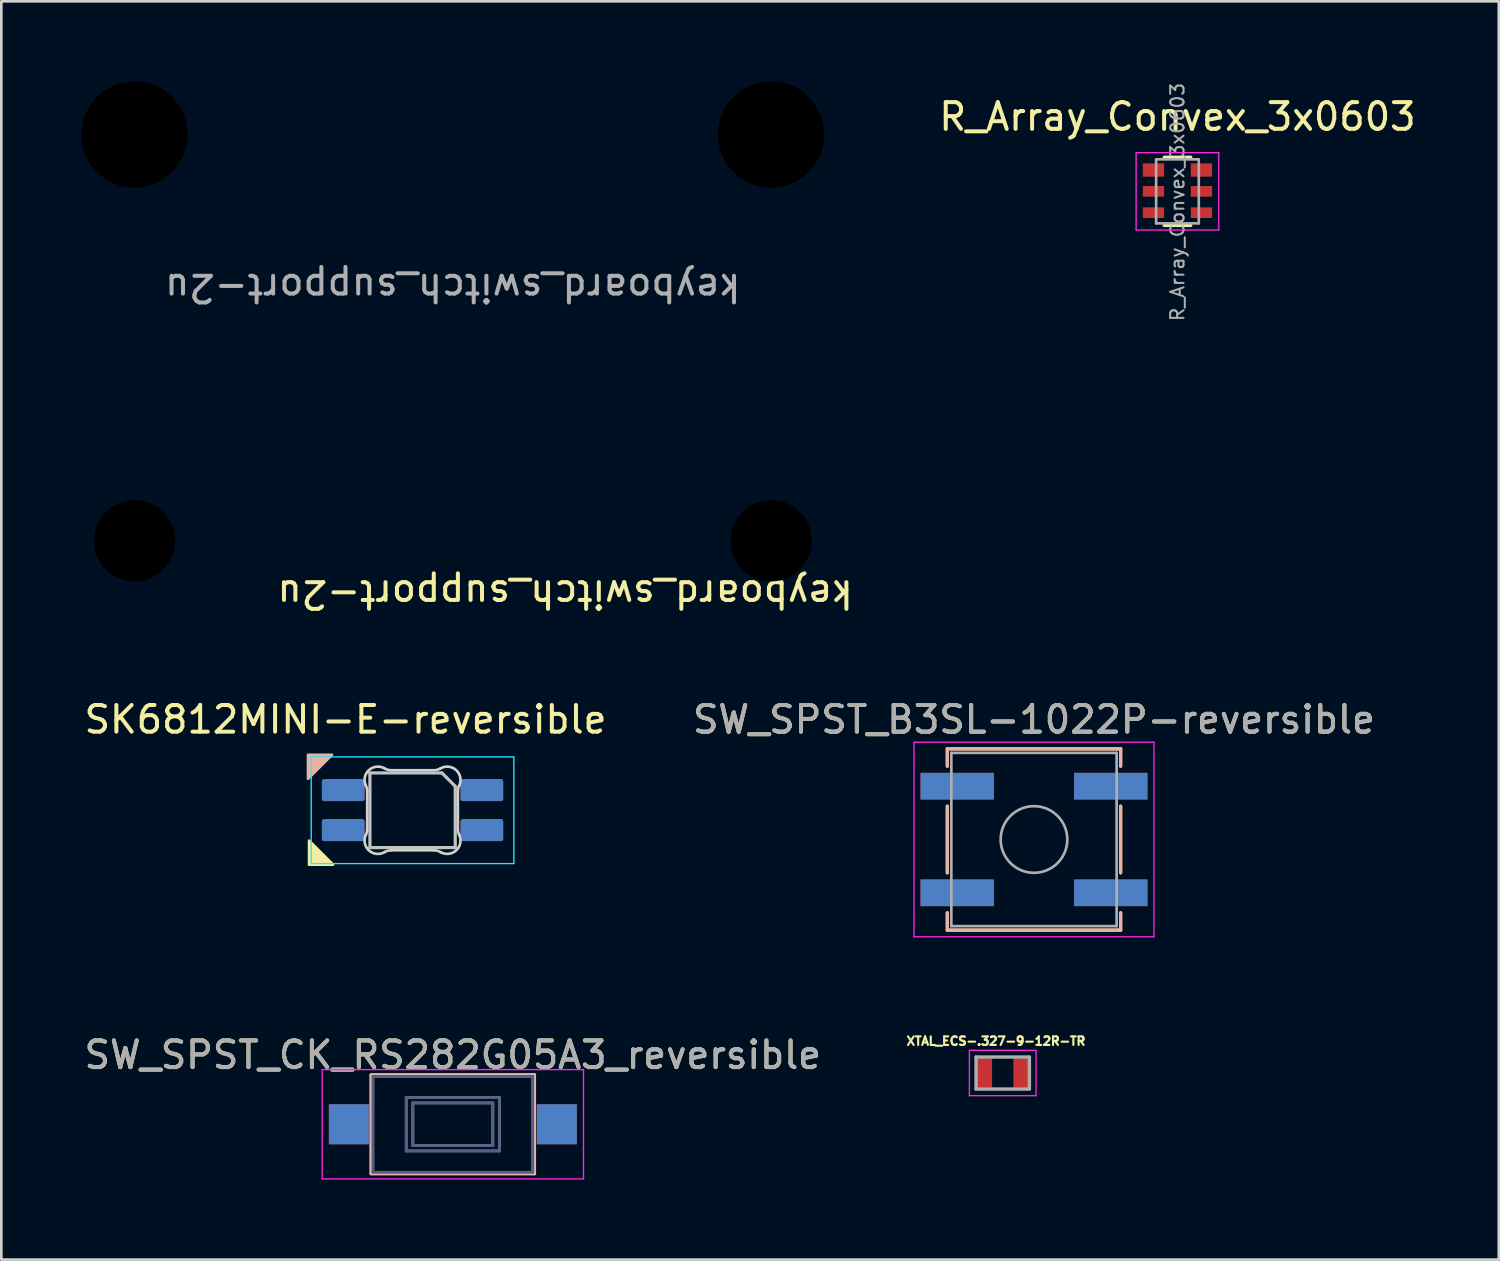
<source format=kicad_pcb>
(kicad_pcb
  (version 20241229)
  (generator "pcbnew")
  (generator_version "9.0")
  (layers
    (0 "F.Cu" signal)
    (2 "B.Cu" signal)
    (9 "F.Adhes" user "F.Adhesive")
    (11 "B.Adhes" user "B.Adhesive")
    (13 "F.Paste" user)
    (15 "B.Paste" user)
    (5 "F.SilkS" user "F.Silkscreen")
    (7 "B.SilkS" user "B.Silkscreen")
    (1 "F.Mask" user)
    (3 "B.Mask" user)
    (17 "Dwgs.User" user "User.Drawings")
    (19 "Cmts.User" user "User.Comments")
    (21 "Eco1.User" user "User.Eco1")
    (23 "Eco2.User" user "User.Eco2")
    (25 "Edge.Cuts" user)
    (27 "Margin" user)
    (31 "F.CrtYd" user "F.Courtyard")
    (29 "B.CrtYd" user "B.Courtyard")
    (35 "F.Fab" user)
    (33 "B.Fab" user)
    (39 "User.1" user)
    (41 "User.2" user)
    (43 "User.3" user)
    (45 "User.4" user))
  (footprint "SW_SPST_B3SL-1022P-reversible"
    (layer "F.Cu")
    (at 35.732 28.437)
    (property "Reference" "SW_SPST_B3SL-1022P-reversible" (at 0 -4.5 0) (layer "F.SilkS") (effects (font (size 1 1) (thickness 0.15))))
    (attr smd)
    (fp_line (start -3.25 -3.4) (end -3.25 -2.75) (stroke (width 0.12) (type solid)) (layer "F.SilkS"))
    (fp_line (start -3.25 -1.25) (end -3.25 1.25) (stroke (width 0.12) (type solid)) (layer "F.SilkS"))
    (fp_line (start -3.25 3.4) (end -3.25 2.75) (stroke (width 0.12) (type solid)) (layer "F.SilkS"))
    (fp_line (start 3.25 -3.4) (end -3.25 -3.4) (stroke (width 0.12) (type solid)) (layer "F.SilkS"))
    (fp_line (start 3.25 -2.75) (end 3.25 -3.4) (stroke (width 0.12) (type solid)) (layer "F.SilkS"))
    (fp_line (start 3.25 -1.25) (end 3.25 1.25) (stroke (width 0.12) (type solid)) (layer "F.SilkS"))
    (fp_line (start 3.25 2.75) (end 3.25 3.4) (stroke (width 0.12) (type solid)) (layer "F.SilkS"))
    (fp_line (start 3.25 3.4) (end -3.25 3.4) (stroke (width 0.12) (type solid)) (layer "F.SilkS"))
    (fp_line (start -3.25 -3.4) (end -3.25 -2.75) (stroke (width 0.12) (type solid)) (layer "B.SilkS"))
    (fp_line (start -3.25 1.25) (end -3.25 -1.25) (stroke (width 0.12) (type solid)) (layer "B.SilkS"))
    (fp_line (start -3.25 3.4) (end -3.25 2.75) (stroke (width 0.12) (type solid)) (layer "B.SilkS"))
    (fp_line (start 3.25 -3.4) (end -3.25 -3.4) (stroke (width 0.12) (type solid)) (layer "B.SilkS"))
    (fp_line (start 3.25 -2.75) (end 3.25 -3.4) (stroke (width 0.12) (type solid)) (layer "B.SilkS"))
    (fp_line (start 3.25 1.25) (end 3.25 -1.25) (stroke (width 0.12) (type solid)) (layer "B.SilkS"))
    (fp_line (start 3.25 2.75) (end 3.25 3.4) (stroke (width 0.12) (type solid)) (layer "B.SilkS"))
    (fp_line (start 3.25 3.4) (end -3.25 3.4) (stroke (width 0.12) (type solid)) (layer "B.SilkS"))
    (fp_line (start -4.5 -3.65) (end -4.5 3.65) (stroke (width 0.05) (type solid)) (layer "F.CrtYd"))
    (fp_line (start -4.5 3.65) (end 4.5 3.65) (stroke (width 0.05) (type solid)) (layer "F.CrtYd"))
    (fp_line (start 4.5 -3.65) (end -4.5 -3.65) (stroke (width 0.05) (type solid)) (layer "F.CrtYd"))
    (fp_line (start 4.5 3.65) (end 4.5 -3.65) (stroke (width 0.05) (type solid)) (layer "F.CrtYd"))
    (fp_line (start -3.1 -3.25) (end 3.1 -3.25) (stroke (width 0.1) (type solid)) (layer "F.Fab"))
    (fp_line (start -3.1 3.25) (end -3.1 -3.25) (stroke (width 0.1) (type solid)) (layer "F.Fab"))
    (fp_line (start 3.1 -3.25) (end 3.1 3.25) (stroke (width 0.1) (type solid)) (layer "F.Fab"))
    (fp_line (start 3.1 3.25) (end -3.1 3.25) (stroke (width 0.1) (type solid)) (layer "F.Fab"))
    (fp_circle (center 0 0) (end 1.25 0) (stroke (width 0.1) (type solid)) (fill no) (layer "F.Fab"))
    (fp_text user "${REFERENCE}" (at 0 -4.5 0) (layer "F.Fab") (effects (font (size 1 1) (thickness 0.15))))
    (pad "1" smd rect (at -2.88 -2) (size 2.75 1) (layers "F.Cu" "F.Mask" "F.Paste"))
    (pad "1" smd rect (at -2.88 -2) (size 2.75 1) (layers "B.Cu" "B.Mask" "B.Paste"))
    (pad "1" smd rect (at 2.88 -2) (size 2.75 1) (layers "F.Cu" "F.Mask" "F.Paste"))
    (pad "1" smd rect (at 2.88 -2) (size 2.75 1) (layers "B.Cu" "B.Mask" "B.Paste"))
    (pad "2" smd rect (at -2.88 2) (size 2.75 1) (layers "F.Cu" "F.Mask" "F.Paste"))
    (pad "2" smd rect (at -2.88 2) (size 2.75 1) (layers "B.Cu" "B.Mask" "B.Paste"))
    (pad "2" smd rect (at 2.88 2) (size 2.75 1) (layers "F.Cu" "F.Mask" "F.Paste"))
    (pad "2" smd rect (at 2.88 2) (size 2.75 1) (layers "B.Cu" "B.Mask" "B.Paste")))
  (footprint "keyboard_switch_support-2u"
    (layer "F.Cu")
    (at 13.932 9.899)
    (property "Reference" "keyboard_switch_support-2u" (at 4.216 9.342 180) (unlocked yes) (layer "F.SilkS") (effects (font (size 1 1) (thickness 0.15))))
    (attr through_hole)
    (fp_text user "${REFERENCE}" (at 0 -2.15 180) (unlocked yes) (layer "F.Fab") (effects (font (size 1 1) (thickness 0.15))))
    (pad "" np_thru_hole circle (at -11.938 -7.905 180) (size 3.988 3.988) (drill 3.988) (layers "*.Mask"))
    (pad "" np_thru_hole circle (at -11.938 7.335 180) (size 3.048 3.048) (drill 3.048) (layers "*.Mask"))
    (pad "" np_thru_hole circle (at 11.938 -7.905 180) (size 3.988 3.988) (drill 3.988) (layers "*.Mask"))
    (pad "" np_thru_hole circle (at 11.938 7.335 180) (size 3.048 3.048) (drill 3.048) (layers "*.Mask")))
  (footprint "R_Array_Convex_3x0603"
    (layer "F.Cu")
    (at 41.113 4.127)
    (property "Reference" "R_Array_Convex_3x0603" (at 0 -2.8 0) (layer "F.SilkS") (effects (font (size 1 1) (thickness 0.15))))
    (attr smd)
    (fp_line (start 0.5 -1.28) (end -0.5 -1.28) (stroke (width 0.12) (type solid)) (layer "F.SilkS"))
    (fp_line (start 0.5 1.28) (end -0.5 1.28) (stroke (width 0.12) (type solid)) (layer "F.SilkS"))
    (fp_line (start -1.55 -1.45) (end -1.55 1.45) (stroke (width 0.05) (type solid)) (layer "F.CrtYd"))
    (fp_line (start -1.55 -1.45) (end 1.55 -1.45) (stroke (width 0.05) (type solid)) (layer "F.CrtYd"))
    (fp_line (start 1.55 1.45) (end -1.55 1.45) (stroke (width 0.05) (type solid)) (layer "F.CrtYd"))
    (fp_line (start 1.55 1.45) (end 1.55 -1.45) (stroke (width 0.05) (type solid)) (layer "F.CrtYd"))
    (fp_line (start -0.8 -1.2) (end 0.8 -1.2) (stroke (width 0.1) (type solid)) (layer "F.Fab"))
    (fp_line (start -0.8 1.2) (end -0.8 -1.2) (stroke (width 0.1) (type solid)) (layer "F.Fab"))
    (fp_line (start 0.8 -1.2) (end 0.8 1.2) (stroke (width 0.1) (type solid)) (layer "F.Fab"))
    (fp_line (start 0.8 1.2) (end -0.8 1.2) (stroke (width 0.1) (type solid)) (layer "F.Fab"))
    (fp_text user "${REFERENCE}" (at 0 0.4 90) (layer "F.Fab") (effects (font (size 0.5 0.5) (thickness 0.075))))
    (pad "1" smd rect (at -0.9 -0.8) (size 0.8 0.5) (layers "F.Cu" "F.Mask" "F.Paste"))
    (pad "2" smd rect (at 0.9 -0.8) (size 0.8 0.5) (layers "F.Cu" "F.Mask" "F.Paste"))
    (pad "3" smd rect (at -0.9 0) (size 0.8 0.4) (layers "F.Cu" "F.Mask" "F.Paste"))
    (pad "4" smd rect (at 0.9 0) (size 0.8 0.4) (layers "F.Cu" "F.Mask" "F.Paste"))
    (pad "5" smd rect (at -0.9 0.8) (size 0.8 0.4) (layers "F.Cu" "F.Mask" "F.Paste"))
    (pad "6" smd rect (at 0.9 0.8) (size 0.8 0.4) (layers "F.Cu" "F.Mask" "F.Paste")))
  (footprint "SW_SPST_CK_RS282G05A3_reversible"
    (layer "F.Cu")
    (at 13.935 39.119)
    (property "Reference" "SW_SPST_CK_RS282G05A3_reversible" (at 0 -2.6 0) (layer "F.SilkS") (effects (font (size 1 1) (thickness 0.15))))
    (attr smd)
    (fp_line (start -3.06 -1.85) (end 3.06 -1.85) (stroke (width 0.12) (type solid)) (layer "F.SilkS"))
    (fp_line (start -3.06 1.85) (end -3.06 -1.85) (stroke (width 0.12) (type solid)) (layer "F.SilkS"))
    (fp_line (start 3.06 -1.85) (end 3.06 1.85) (stroke (width 0.12) (type solid)) (layer "F.SilkS"))
    (fp_line (start 3.06 1.85) (end -3.06 1.85) (stroke (width 0.12) (type solid)) (layer "F.SilkS"))
    (fp_line (start -3.06 -1.85) (end -3.06 1.85) (stroke (width 0.12) (type solid)) (layer "B.SilkS"))
    (fp_line (start -3.06 1.85) (end 3.06 1.85) (stroke (width 0.12) (type solid)) (layer "B.SilkS"))
    (fp_line (start 3.06 -1.85) (end -3.06 -1.85) (stroke (width 0.12) (type solid)) (layer "B.SilkS"))
    (fp_line (start 3.06 1.85) (end 3.06 -1.85) (stroke (width 0.12) (type solid)) (layer "B.SilkS"))
    (fp_line (start -4.9 -2.05) (end 4.9 -2.05) (stroke (width 0.05) (type solid)) (layer "F.CrtYd"))
    (fp_line (start -4.9 2.05) (end -4.9 -2.05) (stroke (width 0.05) (type solid)) (layer "F.CrtYd"))
    (fp_line (start 4.9 -2.05) (end 4.9 2.05) (stroke (width 0.05) (type solid)) (layer "F.CrtYd"))
    (fp_line (start 4.9 2.05) (end -4.9 2.05) (stroke (width 0.05) (type solid)) (layer "F.CrtYd"))
    (fp_line (start -3 -1.8) (end 3 -1.8) (stroke (width 0.1) (type solid)) (layer "B.Fab"))
    (fp_line (start -3 1.8) (end -3 -1.8) (stroke (width 0.1) (type solid)) (layer "B.Fab"))
    (fp_line (start -3 1.8) (end 3 1.8) (stroke (width 0.1) (type solid)) (layer "B.Fab"))
    (fp_line (start -1.75 -1) (end -1.75 1) (stroke (width 0.1) (type solid)) (layer "B.Fab"))
    (fp_line (start -1.75 1) (end 1.75 1) (stroke (width 0.1) (type solid)) (layer "B.Fab"))
    (fp_line (start -1.5 -0.8) (end 1.5 -0.8) (stroke (width 0.1) (type solid)) (layer "B.Fab"))
    (fp_line (start -1.5 0.8) (end -1.5 -0.8) (stroke (width 0.1) (type solid)) (layer "B.Fab"))
    (fp_line (start -1.5 0.8) (end 1.5 0.8) (stroke (width 0.1) (type solid)) (layer "B.Fab"))
    (fp_line (start 1.5 0.8) (end 1.5 -0.8) (stroke (width 0.1) (type solid)) (layer "B.Fab"))
    (fp_line (start 1.75 -1) (end -1.75 -1) (stroke (width 0.1) (type solid)) (layer "B.Fab"))
    (fp_line (start 1.75 1) (end 1.75 -1) (stroke (width 0.1) (type solid)) (layer "B.Fab"))
    (fp_line (start 3 1.8) (end 3 -1.8) (stroke (width 0.1) (type solid)) (layer "B.Fab"))
    (fp_line (start -3 -1.8) (end -3 1.8) (stroke (width 0.1) (type solid)) (layer "F.Fab"))
    (fp_line (start -3 -1.8) (end 3 -1.8) (stroke (width 0.1) (type solid)) (layer "F.Fab"))
    (fp_line (start -3 1.8) (end 3 1.8) (stroke (width 0.1) (type solid)) (layer "F.Fab"))
    (fp_line (start -1.75 -1) (end 1.75 -1) (stroke (width 0.1) (type solid)) (layer "F.Fab"))
    (fp_line (start -1.75 1) (end -1.75 -1) (stroke (width 0.1) (type solid)) (layer "F.Fab"))
    (fp_line (start -1.5 -0.8) (end -1.5 0.8) (stroke (width 0.1) (type solid)) (layer "F.Fab"))
    (fp_line (start -1.5 -0.8) (end 1.5 -0.8) (stroke (width 0.1) (type solid)) (layer "F.Fab"))
    (fp_line (start -1.5 0.8) (end 1.5 0.8) (stroke (width 0.1) (type solid)) (layer "F.Fab"))
    (fp_line (start 1.5 -0.8) (end 1.5 0.8) (stroke (width 0.1) (type solid)) (layer "F.Fab"))
    (fp_line (start 1.75 -1) (end 1.75 1) (stroke (width 0.1) (type solid)) (layer "F.Fab"))
    (fp_line (start 1.75 1) (end -1.75 1) (stroke (width 0.1) (type solid)) (layer "F.Fab"))
    (fp_line (start 3 -1.8) (end 3 1.8) (stroke (width 0.1) (type solid)) (layer "F.Fab"))
    (fp_text user "${REFERENCE}" (at 0 -2.6 0) (layer "F.Fab") (effects (font (size 1 1) (thickness 0.15))))
    (pad "1" smd rect (at -3.9 0) (size 1.5 1.5) (layers "F.Cu" "F.Mask" "F.Paste"))
    (pad "1" smd rect (at -3.9 0 180) (size 1.5 1.5) (layers "B.Cu" "B.Mask" "B.Paste"))
    (pad "2" smd rect (at 3.9 0) (size 1.5 1.5) (layers "F.Cu" "F.Mask" "F.Paste"))
    (pad "2" smd rect (at 3.9 0 180) (size 1.5 1.5) (layers "B.Cu" "B.Mask" "B.Paste")))
  (footprint "SK6812MINI-E-reversible"
    (layer "F.Cu")
    (at 12.425 32.421)
    (property "Reference" "SK6812MINI-E-reversible" (at -2.515 -8.484 0) (layer "F.SilkS") (effects (font (size 1 1) (thickness 0.15))))
    (attr through_hole)
    (fp_poly (pts (xy -3.882 -3.94) (xy -2.982 -3.04) (xy -3.882 -3.04)) (stroke (width 0.1) (type solid)) (fill yes) (layer "F.SilkS"))
    (fp_poly (pts (xy -3.922 -6.26) (xy -3.022 -7.16) (xy -3.922 -7.16)) (stroke (width 0.1) (type solid)) (fill yes) (layer "B.SilkS"))
    (fp_line (start -1.6 -6.48) (end 1.1 -6.48) (stroke (width 0.12) (type solid)) (layer "Dwgs.User"))
    (fp_line (start -1.6 -3.68) (end -1.6 -6.48) (stroke (width 0.12) (type solid)) (layer "Dwgs.User"))
    (fp_line (start 1.6 -5.98) (end 1.1 -6.48) (stroke (width 0.12) (type solid)) (layer "Dwgs.User"))
    (fp_line (start 1.6 -5.98) (end 1.6 -3.68) (stroke (width 0.12) (type solid)) (layer "Dwgs.User"))
    (fp_line (start 1.6 -3.68) (end -1.6 -3.68) (stroke (width 0.12) (type solid)) (layer "Dwgs.User"))
    (fp_line (start -1.702 -4.377) (end -1.702 -5.783) (stroke (width 0.1) (type solid)) (layer "Edge.Cuts"))
    (fp_line (start -0.796 -6.58) (end 0.793 -6.58) (stroke (width 0.1) (type solid)) (layer "Edge.Cuts"))
    (fp_line (start 0.793 -3.58) (end -0.796 -3.58) (stroke (width 0.1) (type solid)) (layer "Edge.Cuts"))
    (fp_line (start 1.698 -5.783) (end 1.698 -4.377) (stroke (width 0.1) (type solid)) (layer "Edge.Cuts"))
    (fp_arc (start -1.751285 -5.99972) (mid -1.714328 -5.894068) (end -1.7018 -5.782842) (stroke (width 0.1) (type solid)) (layer "Edge.Cuts"))
    (fp_arc (start -1.751285 -5.99972) (mid -1.639872 -6.584035) (end -1.048512 -6.648299) (stroke (width 0.1) (type solid)) (layer "Edge.Cuts"))
    (fp_arc (start -1.7018 -4.377157) (mid -1.714328 -4.265932) (end -1.751285 -4.16028) (stroke (width 0.1) (type solid)) (layer "Edge.Cuts"))
    (fp_arc (start -1.048512 -3.511703) (mid -1.639871 -3.575966) (end -1.751285 -4.16028) (stroke (width 0.1) (type solid)) (layer "Edge.Cuts"))
    (fp_arc (start -1.048511 -3.511701) (mid -0.926923 -3.562623) (end -0.796253 -3.58) (stroke (width 0.1) (type solid)) (layer "Edge.Cuts"))
    (fp_arc (start -0.796254 -6.58) (mid -0.926924 -6.597377) (end -1.048512 -6.648299) (stroke (width 0.1) (type solid)) (layer "Edge.Cuts"))
    (fp_arc (start 0.792651 -3.58) (mid 0.923322 -3.562623) (end 1.04491 -3.511701) (stroke (width 0.1) (type solid)) (layer "Edge.Cuts"))
    (fp_arc (start 1.04491 -6.648298) (mid 0.923322 -6.597376) (end 0.792652 -6.579999) (stroke (width 0.1) (type solid)) (layer "Edge.Cuts"))
    (fp_arc (start 1.04491 -6.648298) (mid 1.63627 -6.584035) (end 1.747683 -5.99972) (stroke (width 0.1) (type solid)) (layer "Edge.Cuts"))
    (fp_arc (start 1.698198 -5.782843) (mid 1.710727 -5.894068) (end 1.747683 -5.99972) (stroke (width 0.1) (type solid)) (layer "Edge.Cuts"))
    (fp_arc (start 1.747683 -4.160281) (mid 1.636271 -3.575965) (end 1.04491 -3.511701) (stroke (width 0.1) (type solid)) (layer "Edge.Cuts"))
    (fp_arc (start 1.747683 -4.16028) (mid 1.710718 -4.265931) (end 1.698198 -4.377158) (stroke (width 0.1) (type solid)) (layer "Edge.Cuts"))
    (fp_line (start -3.802 -7.08) (end -3.802 -3.08) (stroke (width 0.05) (type solid)) (layer "B.CrtYd"))
    (fp_line (start -3.802 -3.08) (end 3.798 -3.08) (stroke (width 0.05) (type solid)) (layer "B.CrtYd"))
    (fp_line (start 3.798 -7.08) (end -3.802 -7.08) (stroke (width 0.05) (type solid)) (layer "B.CrtYd"))
    (fp_line (start 3.798 -3.08) (end 3.798 -7.08) (stroke (width 0.05) (type solid)) (layer "B.CrtYd"))
    (pad "1" smd roundrect (at 2.598 -5.83 90) (size 0.82 1.6) (layers "F.Cu" "F.Mask" "F.Paste") (roundrect_rratio 0.1))
    (pad "1" smd roundrect (at 2.598 -4.34 90) (size 0.82 1.6) (layers "B.Cu" "B.Mask" "B.Paste") (roundrect_rratio 0.1))
    (pad "2" smd roundrect (at 2.598 -5.84 90) (size 0.82 1.6) (layers "B.Cu" "B.Mask" "B.Paste") (roundrect_rratio 0.1))
    (pad "2" smd roundrect (at 2.598 -4.33 90) (size 0.82 1.6) (layers "F.Cu" "F.Mask" "F.Paste") (roundrect_rratio 0.1))
    (pad "3" smd roundrect (at -2.602 -5.84 90) (size 0.82 1.6) (layers "B.Cu" "B.Mask" "B.Paste") (roundrect_rratio 0.1))
    (pad "3" smd roundrect (at -2.602 -4.33 90) (size 0.82 1.6) (layers "F.Cu" "F.Mask" "F.Paste") (roundrect_rratio 0.1))
    (pad "4" smd roundrect (at -2.602 -5.83 90) (size 0.82 1.6) (layers "F.Cu" "F.Mask" "F.Paste") (roundrect_rratio 0.1))
    (pad "4" smd roundrect (at -2.602 -4.34 90) (size 0.82 1.6) (layers "B.Cu" "B.Mask" "B.Paste") (roundrect_rratio 0.1)))
  (footprint "XTAL_ECS-.327-9-12R-TR"
    (layer "F.Cu")
    (at 34.56 37.196)
    (property "Reference" "XTAL_ECS-.327-9-12R-TR" (at -0.254 -1.198 0) (layer "F.SilkS") (effects (font (size 0.32 0.32) (thickness 0.15))))
    (attr through_hole)
    (fp_line (start -1.25 -0.85) (end -1.25 0.85) (stroke (width 0.05) (type solid)) (layer "F.CrtYd"))
    (fp_line (start -1.25 0.85) (end 1.25 0.85) (stroke (width 0.05) (type solid)) (layer "F.CrtYd"))
    (fp_line (start 1.25 -0.85) (end -1.25 -0.85) (stroke (width 0.05) (type solid)) (layer "F.CrtYd"))
    (fp_line (start 1.25 0.85) (end 1.25 -0.85) (stroke (width 0.05) (type solid)) (layer "F.CrtYd"))
    (fp_line (start -1 -0.6) (end -1 0.6) (stroke (width 0.127) (type solid)) (layer "F.Fab"))
    (fp_line (start -1 0.6) (end 1 0.6) (stroke (width 0.127) (type solid)) (layer "F.Fab"))
    (fp_line (start 1 -0.6) (end -1 -0.6) (stroke (width 0.127) (type solid)) (layer "F.Fab"))
    (fp_line (start 1 0.6) (end 1 -0.6) (stroke (width 0.127) (type solid)) (layer "F.Fab"))
    (pad "1" smd rect (at -0.7 0) (size 0.6 1.1) (layers "F.Cu" "F.Mask" "F.Paste"))
    (pad "2" smd rect (at 0.7 0) (size 0.6 1.1) (layers "F.Cu" "F.Mask" "F.Paste")))
  (gr_rect
    (start -3 -3)
    (end 53.166 44.194)
    (stroke (width 0.1) (type default))
    (fill no)
    (layer "Edge.Cuts")))
</source>
